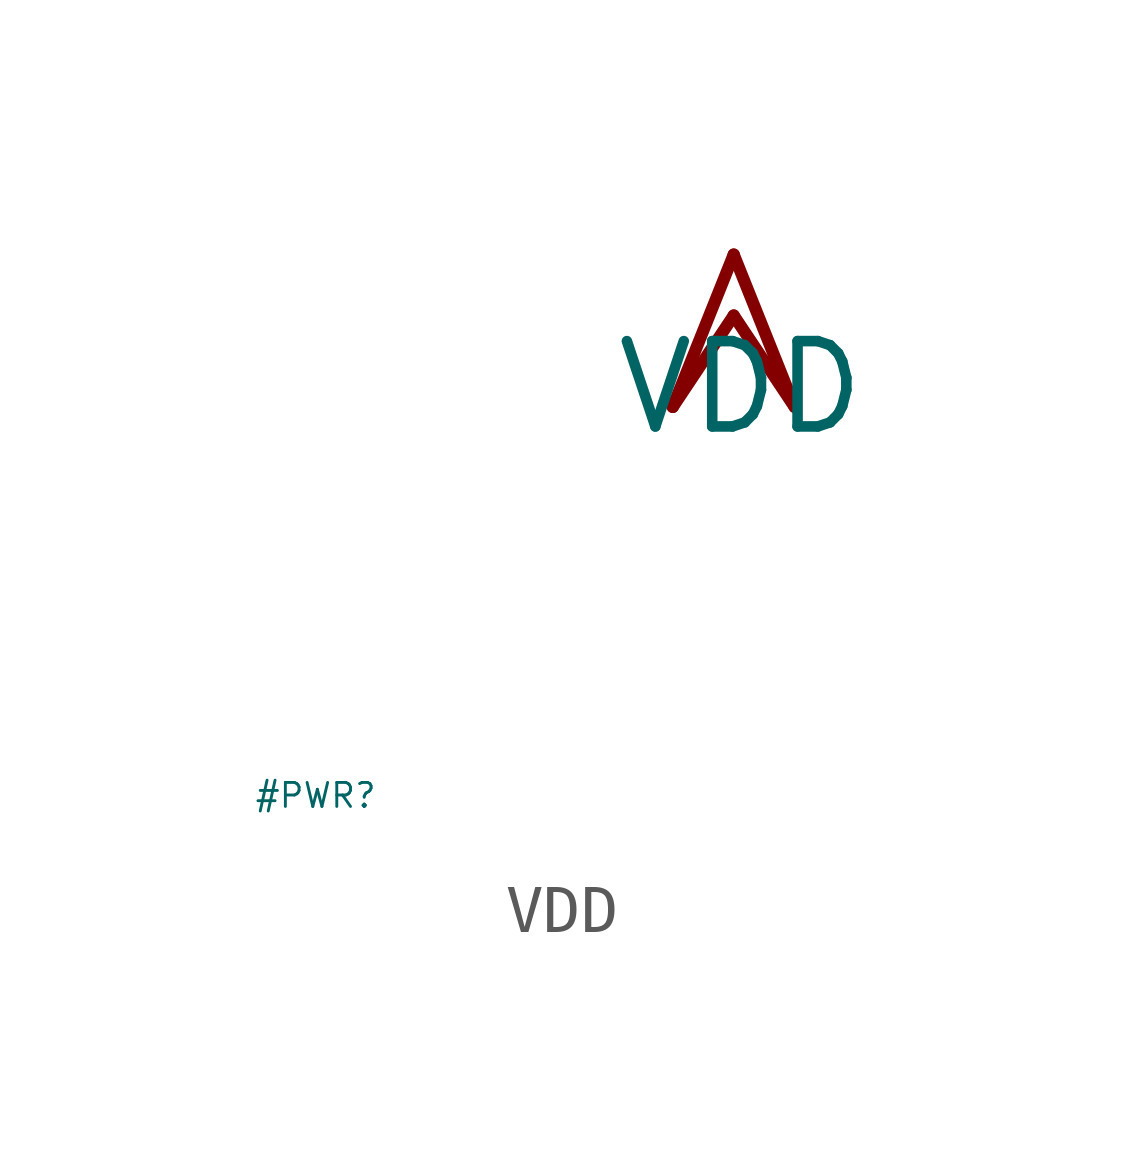
<source format=kicad_sym>
(kicad_symbol_lib
  (version 20220914)
  (generator Eagle2Kicad)
  (symbol "VDD"
    (power)
    (pin_names
      (offset 0))
    (property "Reference" "#PWR"
      (at -10 -10 0)
      (effects (font (size 0.5 0.5) (thickness 0.06)) (justify left)))
    (property "Value" "VDD"
      (at -2.54 -2.54 0)
      (effects (font (size 1.778 1.778) (thickness 0.22)) (justify left bottom)))
    (polyline
      (pts (xy 1.27 -1.905) (xy 0 0))
      (stroke (width 0.254) (type default))
      (fill (type none)))
    (polyline
      (pts (xy 0 0) (xy -1.27 -1.905))
      (stroke (width 0.254) (type default))
      (fill (type none)))
    (polyline
      (pts (xy 0 1.27) (xy -1.27 -1.905))
      (stroke (width 0.254) (type default))
      (fill (type none)))
    (polyline
      (pts (xy 1.27 -1.905) (xy 0 1.27))
      (stroke (width 0.254) (type default))
      (fill (type none)))
    (pin power_in line
      (at 0 -2.54 90)
      (length 2.54) hide
      (name "VDD" (effects (font (size 0.635 0.635) (thickness 0.08)) (justify left bottom)))
      (number "1" (effects (font (size 0.635 0.635) (thickness 0.08)) (justify left bottom))))))
</source>
